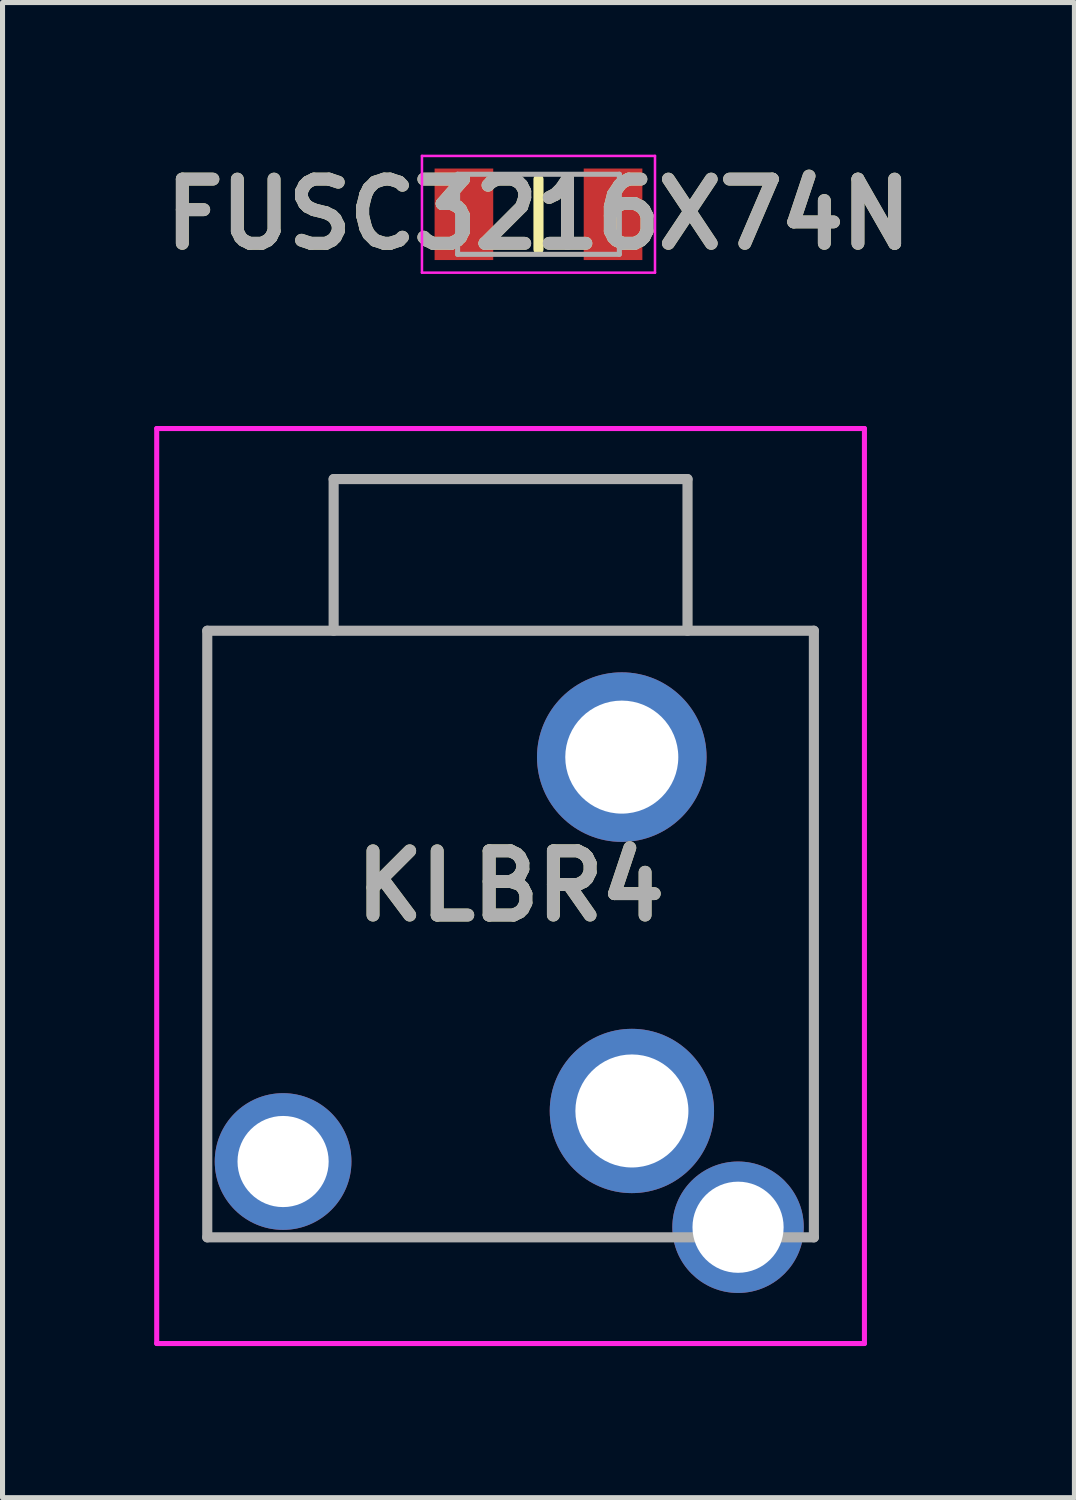
<source format=kicad_pcb>
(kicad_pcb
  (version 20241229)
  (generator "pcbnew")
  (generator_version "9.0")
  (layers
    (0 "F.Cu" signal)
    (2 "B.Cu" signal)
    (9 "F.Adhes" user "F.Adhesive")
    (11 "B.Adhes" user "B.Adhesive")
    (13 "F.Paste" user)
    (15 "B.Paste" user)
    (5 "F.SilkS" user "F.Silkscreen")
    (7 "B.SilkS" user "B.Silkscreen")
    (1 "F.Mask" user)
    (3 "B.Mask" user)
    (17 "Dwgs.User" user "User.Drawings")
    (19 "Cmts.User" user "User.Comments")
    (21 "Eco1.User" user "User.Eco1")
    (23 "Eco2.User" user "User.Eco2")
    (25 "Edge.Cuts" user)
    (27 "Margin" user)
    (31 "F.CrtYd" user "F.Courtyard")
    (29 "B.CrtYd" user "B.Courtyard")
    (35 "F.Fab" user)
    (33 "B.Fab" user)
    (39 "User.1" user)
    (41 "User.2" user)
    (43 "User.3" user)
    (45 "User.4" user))
  (footprint "FUSC3216X74N"
    (layer "F.Cu")
    (at 7.602 1.189)
    (property "Reference" "FUSC3216X74N" (at 0 0 0) (layer "F.SilkS") (effects (font (size 1.27 1.27) (thickness 0.254))))
    (attr smd)
    (fp_line (start 0 -0.692) (end 0 0.692) (stroke (width 0.2) (type solid)) (layer "F.SilkS"))
    (fp_line (start -2.305 -1.155) (end 2.305 -1.155) (stroke (width 0.05) (type solid)) (layer "F.CrtYd"))
    (fp_line (start -2.305 1.155) (end -2.305 -1.155) (stroke (width 0.05) (type solid)) (layer "F.CrtYd"))
    (fp_line (start 2.305 -1.155) (end 2.305 1.155) (stroke (width 0.05) (type solid)) (layer "F.CrtYd"))
    (fp_line (start 2.305 1.155) (end -2.305 1.155) (stroke (width 0.05) (type solid)) (layer "F.CrtYd"))
    (fp_line (start -1.6 -0.792) (end 1.6 -0.792) (stroke (width 0.1) (type solid)) (layer "F.Fab"))
    (fp_line (start -1.6 0.792) (end -1.6 -0.792) (stroke (width 0.1) (type solid)) (layer "F.Fab"))
    (fp_line (start 1.6 -0.792) (end 1.6 0.792) (stroke (width 0.1) (type solid)) (layer "F.Fab"))
    (fp_line (start 1.6 0.792) (end -1.6 0.792) (stroke (width 0.1) (type solid)) (layer "F.Fab"))
    (fp_text user "${REFERENCE}" (at 0 0 0) (layer "F.Fab") (effects (font (size 1.27 1.27) (thickness 0.254))))
    (pad "1" smd rect (at -1.475 0) (size 1.16 1.81) (layers "F.Cu" "F.Mask" "F.Paste"))
    (pad "2" smd rect (at 1.475 0) (size 1.16 1.81) (layers "F.Cu" "F.Mask" "F.Paste")))
  (footprint "KLBR4"
    (layer "F.Cu")
    (at 7.05 13.927)
    (property "Reference" "KLBR4" (at 0 0.55 0) (layer "F.SilkS") (effects (font (size 1.27 1.27) (thickness 0.254))))
    (attr through_hole)
    (fp_line (start -6 -4.5) (end 6 -4.5) (stroke (width 0.1) (type solid)) (layer "F.SilkS"))
    (fp_line (start -6 4) (end -6 -4.5) (stroke (width 0.1) (type solid)) (layer "F.SilkS"))
    (fp_line (start -6 4) (end -6 7.5) (stroke (width 0.1) (type solid)) (layer "F.SilkS"))
    (fp_line (start -6 7.5) (end 2.5 7.5) (stroke (width 0.1) (type solid)) (layer "F.SilkS"))
    (fp_line (start -3.5 -7.5) (end 3.541 -7.5) (stroke (width 0.1) (type solid)) (layer "F.SilkS"))
    (fp_line (start -3.5 -4.5) (end -3.5 -7.5) (stroke (width 0.1) (type solid)) (layer "F.SilkS"))
    (fp_line (start 3.541 -7.5) (end 3.541 -4.5) (stroke (width 0.1) (type solid)) (layer "F.SilkS"))
    (fp_line (start 6 -4.5) (end 6 4) (stroke (width 0.1) (type solid)) (layer "F.SilkS"))
    (fp_line (start 6 7.5) (end 6 4) (stroke (width 0.1) (type solid)) (layer "F.SilkS"))
    (fp_line (start -7 -8.5) (end 7 -8.5) (stroke (width 0.1) (type solid)) (layer "F.CrtYd"))
    (fp_line (start -7 9.6) (end -7 -8.5) (stroke (width 0.1) (type solid)) (layer "F.CrtYd"))
    (fp_line (start 7 -8.5) (end 7 9.6) (stroke (width 0.1) (type solid)) (layer "F.CrtYd"))
    (fp_line (start 7 9.6) (end -7 9.6) (stroke (width 0.1) (type solid)) (layer "F.CrtYd"))
    (fp_line (start -6 -4.5) (end 6 -4.5) (stroke (width 0.2) (type solid)) (layer "F.Fab"))
    (fp_line (start -6 7.5) (end -6 -4.5) (stroke (width 0.2) (type solid)) (layer "F.Fab"))
    (fp_line (start -3.5 -7.5) (end 3.5 -7.5) (stroke (width 0.2) (type solid)) (layer "F.Fab"))
    (fp_line (start -3.5 -4.5) (end -3.5 -7.5) (stroke (width 0.2) (type solid)) (layer "F.Fab"))
    (fp_line (start 3.5 -7.5) (end 3.5 -4.5) (stroke (width 0.2) (type solid)) (layer "F.Fab"))
    (fp_line (start 6 -4.5) (end 6 7.5) (stroke (width 0.2) (type solid)) (layer "F.Fab"))
    (fp_line (start 6 7.5) (end -6 7.5) (stroke (width 0.2) (type solid)) (layer "F.Fab"))
    (fp_text user "${REFERENCE}" (at 0 0.55 0) (layer "F.Fab") (effects (font (size 1.27 1.27) (thickness 0.254))))
    (pad "1" thru_hole circle (at -4.5 6) (size 2.704 2.704) (drill 1.803) (layers "*.Cu" "*.Mask"))
    (pad "2" thru_hole circle (at 4.5 7.3) (size 2.6 2.6) (drill 1.803) (layers "*.Cu" "*.Mask"))
    (pad "3" thru_hole circle (at 2.2 -2) (size 3.354 3.354) (drill 2.236) (layers "*.Cu" "*.Mask"))
    (pad "4" thru_hole circle (at 2.4 5) (size 3.25 3.25) (drill 2.236) (layers "*.Cu" "*.Mask")))
  (gr_rect
    (start -3 -3)
    (end 18.204 26.577)
    (stroke (width 0.1) (type default))
    (fill no)
    (layer "Edge.Cuts")))
</source>
